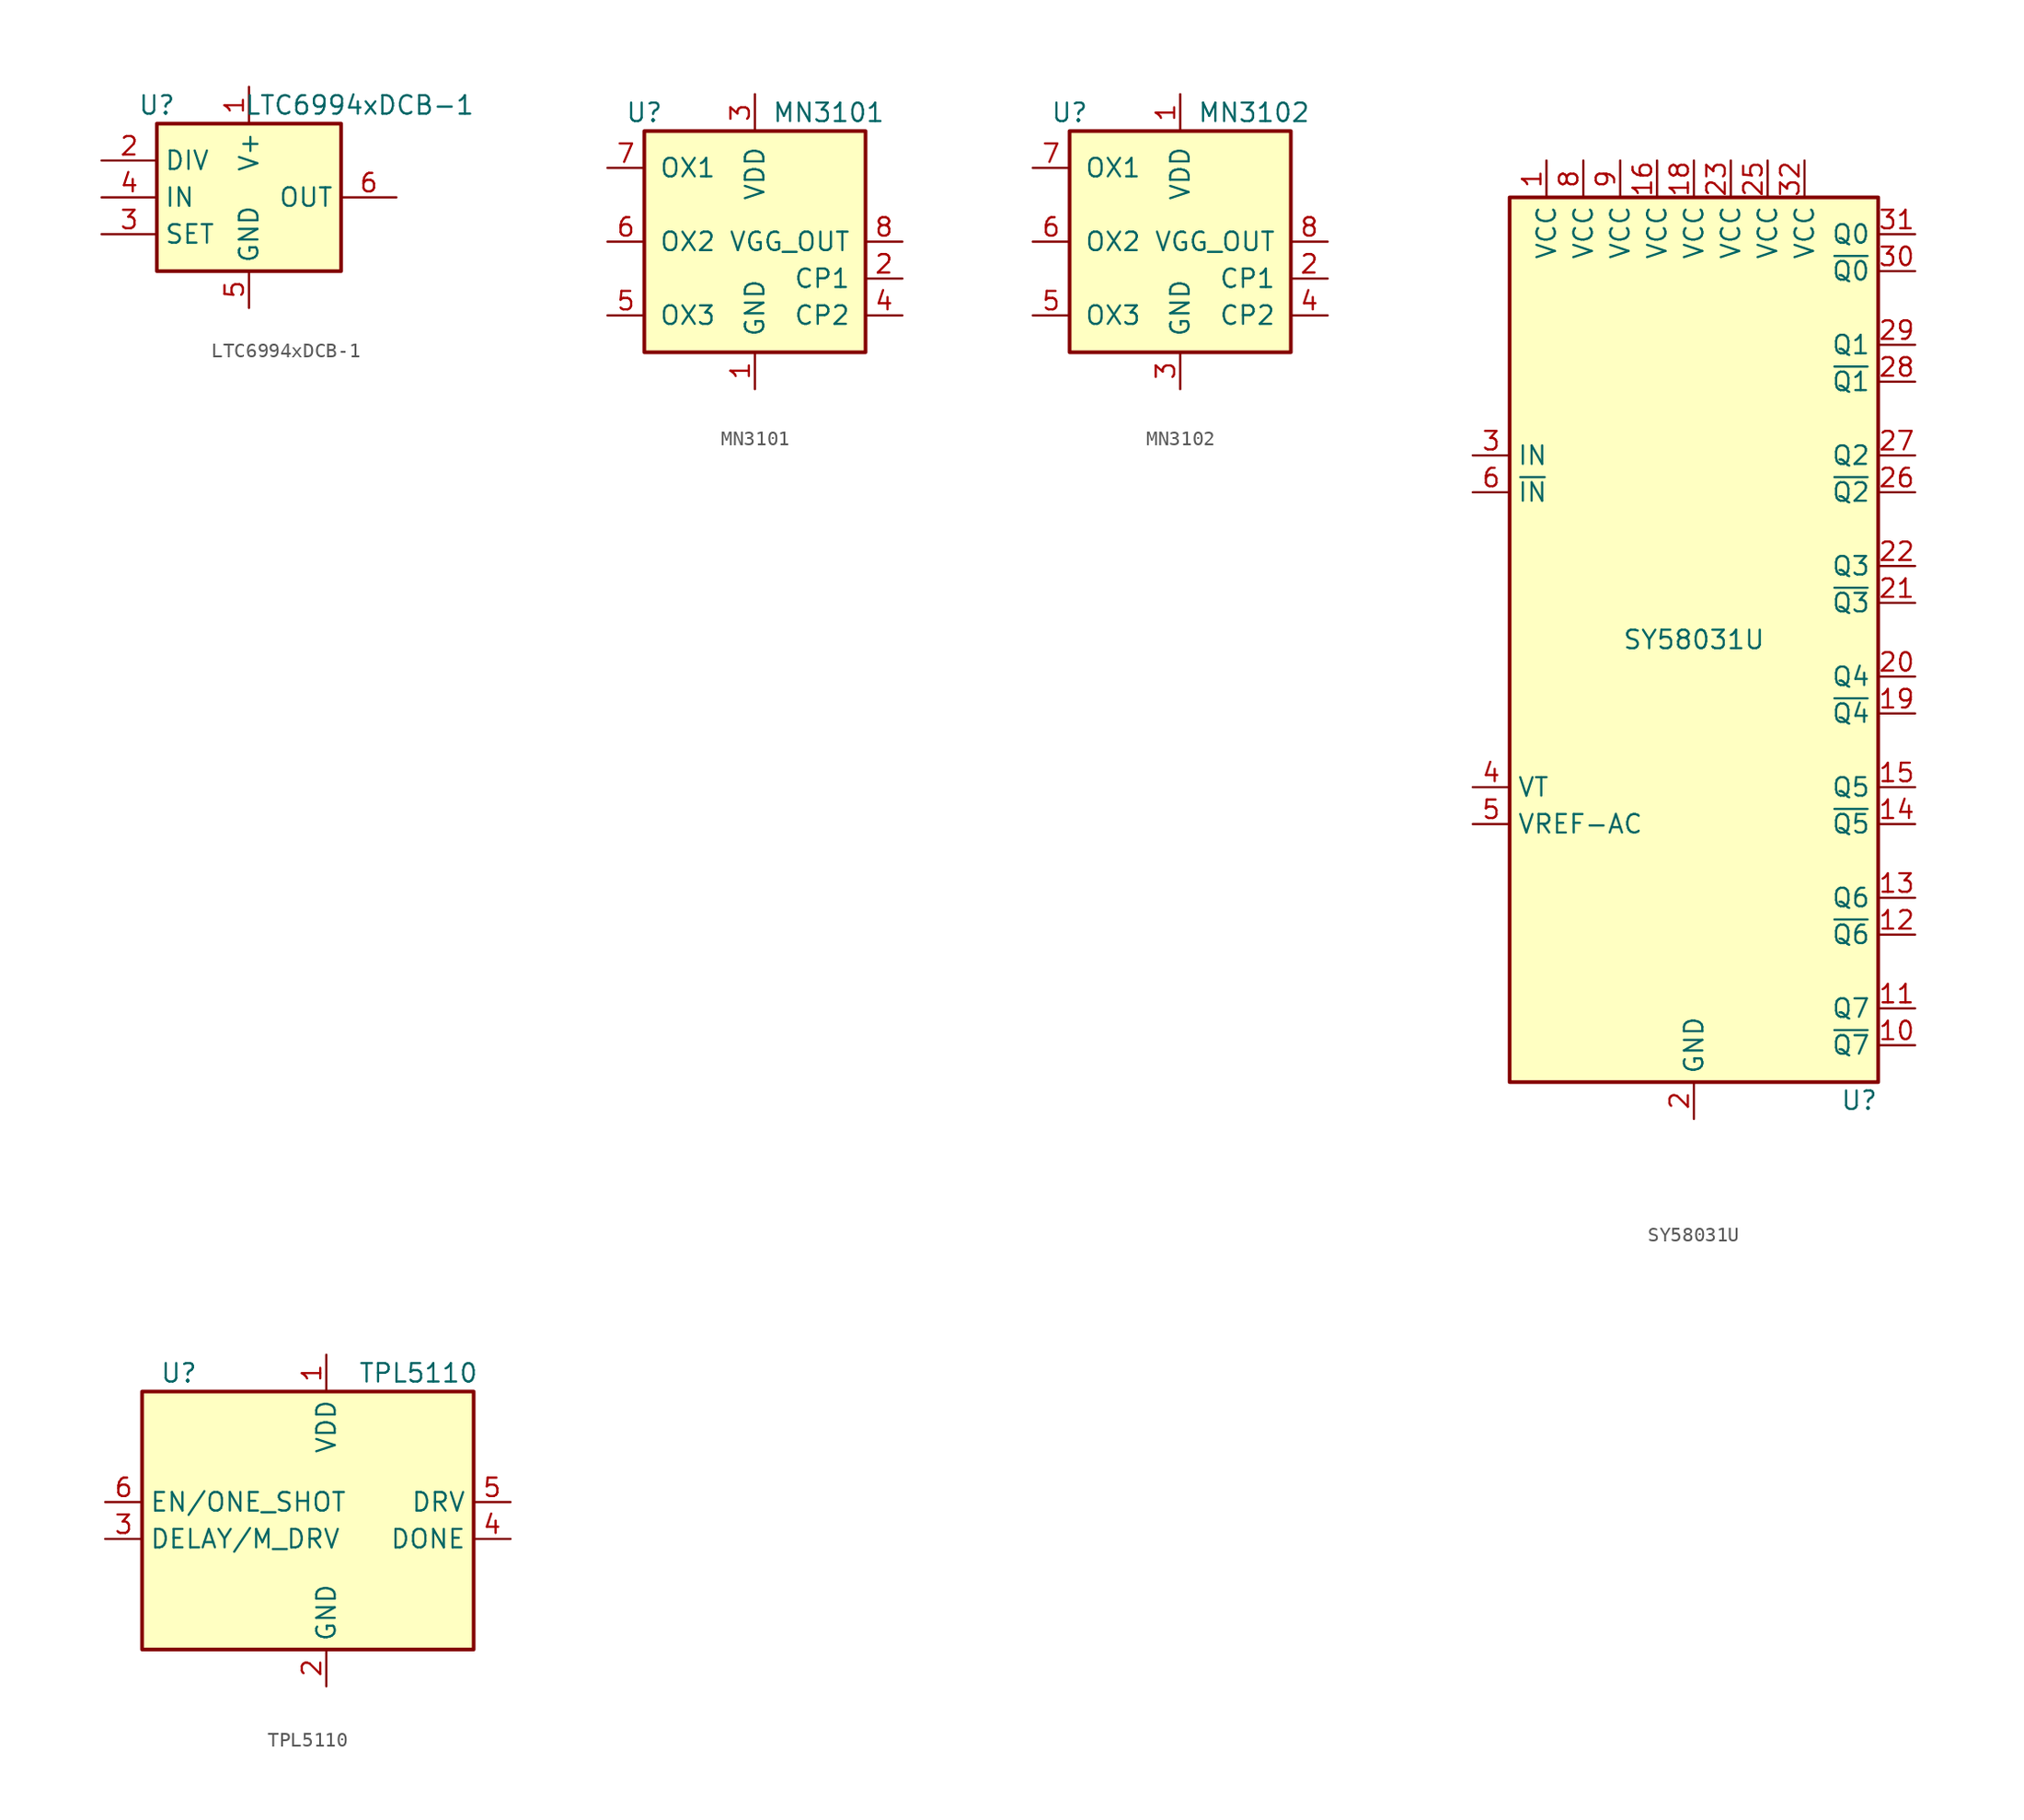
<source format=kicad_sym>
(kicad_symbol_lib
  (version 20241209)
  (generator "kicad_symbol_editor")
  (generator_version "9.0")
  (symbol "LTC6994xDCB-1"
    (property "Reference" "U"
      (at -6.35 6.35 0)
      (effects (font (size 1.27 1.27))))
    (property "Value" "LTC6994xDCB-1"
      (at 7.62 6.35 0)
      (effects (font (size 1.27 1.27))))
    (symbol "LTC6994xDCB-1_0_1"
      (rectangle (start -6.35 5.08) (end 6.35 -5.08) (stroke (width 0.254) (type default)) (fill (type background))))
    (symbol "LTC6994xDCB-1_1_1"
      (pin input line (at -10.16 2.54 0) (length 3.81) (name "DIV" (effects (font (size 1.27 1.27)))) (number "2" (effects (font (size 1.27 1.27)))))
      (pin input line (at -10.16 0 0) (length 3.81) (name "IN" (effects (font (size 1.27 1.27)))) (number "4" (effects (font (size 1.27 1.27)))))
      (pin passive line (at -10.16 -2.54 0) (length 3.81) (name "SET" (effects (font (size 1.27 1.27)))) (number "3" (effects (font (size 1.27 1.27)))))
      (pin power_in line (at 0 7.62 270) (length 2.54) (name "V+" (effects (font (size 1.27 1.27)))) (number "1" (effects (font (size 1.27 1.27)))))
      (pin power_in line (at 0 -7.62 90) (length 2.54) (name "GND" (effects (font (size 1.27 1.27)))) (number "5" (effects (font (size 1.27 1.27)))))
      (pin output line (at 10.16 0 180) (length 3.81) (name "OUT" (effects (font (size 1.27 1.27)))) (number "6" (effects (font (size 1.27 1.27)))))))
  (symbol "MN3101"
    (pin_names
      (offset 1.016))
    (property "Reference" "U"
      (at -7.62 8.89 0)
      (effects (font (size 1.27 1.27))))
    (property "Value" "MN3101"
      (at 5.08 8.89 0)
      (effects (font (size 1.27 1.27))))
    (symbol "MN3101_0_1"
      (rectangle (start -7.62 7.62) (end 7.62 -7.62) (stroke (width 0.254) (type default)) (fill (type background))))
    (symbol "MN3101_1_1"
      (pin input line (at -10.16 5.08 0) (length 2.54) (name "OX1" (effects (font (size 1.27 1.27)))) (number "7" (effects (font (size 1.27 1.27)))))
      (pin input line (at -10.16 0 0) (length 2.54) (name "OX2" (effects (font (size 1.27 1.27)))) (number "6" (effects (font (size 1.27 1.27)))))
      (pin input line (at -10.16 -5.08 0) (length 2.54) (name "OX3" (effects (font (size 1.27 1.27)))) (number "5" (effects (font (size 1.27 1.27)))))
      (pin power_in line (at 0 10.16 270) (length 2.54) (name "VDD" (effects (font (size 1.27 1.27)))) (number "3" (effects (font (size 1.27 1.27)))))
      (pin power_in line (at 0 -10.16 90) (length 2.54) (name "GND" (effects (font (size 1.27 1.27)))) (number "1" (effects (font (size 1.27 1.27)))))
      (pin power_out line (at 10.16 0 180) (length 2.54) (name "VGG_OUT" (effects (font (size 1.27 1.27)))) (number "8" (effects (font (size 1.27 1.27)))))
      (pin output line (at 10.16 -2.54 180) (length 2.54) (name "CP1" (effects (font (size 1.27 1.27)))) (number "2" (effects (font (size 1.27 1.27)))))
      (pin output line (at 10.16 -5.08 180) (length 2.54) (name "CP2" (effects (font (size 1.27 1.27)))) (number "4" (effects (font (size 1.27 1.27)))))))
  (symbol "MN3102"
    (pin_names
      (offset 1.016))
    (property "Reference" "U"
      (at -7.62 8.89 0)
      (effects (font (size 1.27 1.27))))
    (property "Value" "MN3102"
      (at 5.08 8.89 0)
      (effects (font (size 1.27 1.27))))
    (symbol "MN3102_0_1"
      (rectangle (start -7.62 7.62) (end 7.62 -7.62) (stroke (width 0.254) (type default)) (fill (type background))))
    (symbol "MN3102_1_1"
      (pin input line (at -10.16 5.08 0) (length 2.54) (name "OX1" (effects (font (size 1.27 1.27)))) (number "7" (effects (font (size 1.27 1.27)))))
      (pin input line (at -10.16 0 0) (length 2.54) (name "OX2" (effects (font (size 1.27 1.27)))) (number "6" (effects (font (size 1.27 1.27)))))
      (pin input line (at -10.16 -5.08 0) (length 2.54) (name "OX3" (effects (font (size 1.27 1.27)))) (number "5" (effects (font (size 1.27 1.27)))))
      (pin power_in line (at 0 10.16 270) (length 2.54) (name "VDD" (effects (font (size 1.27 1.27)))) (number "1" (effects (font (size 1.27 1.27)))))
      (pin power_in line (at 0 -10.16 90) (length 2.54) (name "GND" (effects (font (size 1.27 1.27)))) (number "3" (effects (font (size 1.27 1.27)))))
      (pin power_out line (at 10.16 0 180) (length 2.54) (name "VGG_OUT" (effects (font (size 1.27 1.27)))) (number "8" (effects (font (size 1.27 1.27)))))
      (pin output line (at 10.16 -2.54 180) (length 2.54) (name "CP1" (effects (font (size 1.27 1.27)))) (number "2" (effects (font (size 1.27 1.27)))))
      (pin output line (at 10.16 -5.08 180) (length 2.54) (name "CP2" (effects (font (size 1.27 1.27)))) (number "4" (effects (font (size 1.27 1.27)))))))
  (symbol "SY58031U"
    (property "Reference" "U"
      (at 12.7 -31.75 0)
      (effects (font (size 1.27 1.27)) (justify right)))
    (property "Value" "SY58031U"
      (at 0 0 0)
      (effects (font (size 1.27 1.27))))
    (symbol "SY58031U_0_1"
      (rectangle (start 12.7 30.48) (end -12.7 -30.48) (stroke (width 0.254) (type default)) (fill (type background))))
    (symbol "SY58031U_1_1"
      (pin input line (at -15.24 12.7 0) (length 2.54) (name "IN" (effects (font (size 1.27 1.27)))) (number "3" (effects (font (size 1.27 1.27)))))
      (pin input line (at -15.24 10.16 0) (length 2.54) (name "~{IN}" (effects (font (size 1.27 1.27)))) (number "6" (effects (font (size 1.27 1.27)))))
      (pin passive line (at -15.24 -10.16 0) (length 2.54) (name "VT" (effects (font (size 1.27 1.27)))) (number "4" (effects (font (size 1.27 1.27)))))
      (pin passive line (at -15.24 -12.7 0) (length 2.54) (name "VREF-AC" (effects (font (size 1.27 1.27)))) (number "5" (effects (font (size 1.27 1.27)))))
      (pin power_in line (at -10.16 33.02 270) (length 2.54) (name "VCC" (effects (font (size 1.27 1.27)))) (number "1" (effects (font (size 1.27 1.27)))))
      (pin power_in line (at -7.62 33.02 270) (length 2.54) (name "VCC" (effects (font (size 1.27 1.27)))) (number "8" (effects (font (size 1.27 1.27)))))
      (pin power_in line (at -5.08 33.02 270) (length 2.54) (name "VCC" (effects (font (size 1.27 1.27)))) (number "9" (effects (font (size 1.27 1.27)))))
      (pin power_in line (at -2.54 33.02 270) (length 2.54) (name "VCC" (effects (font (size 1.27 1.27)))) (number "16" (effects (font (size 1.27 1.27)))))
      (pin power_in line (at 0 33.02 270) (length 2.54) (name "VCC" (effects (font (size 1.27 1.27)))) (number "18" (effects (font (size 1.27 1.27)))))
      (pin passive line (at 0 -33.02 90) (length 2.54) (hide yes) (name "GND" (effects (font (size 1.27 1.27)))) (number "17" (effects (font (size 1.27 1.27)))))
      (pin power_in line (at 0 -33.02 90) (length 2.54) (name "GND" (effects (font (size 1.27 1.27)))) (number "2" (effects (font (size 1.27 1.27)))))
      (pin passive line (at 0 -33.02 90) (length 2.54) (hide yes) (name "GND" (effects (font (size 1.27 1.27)))) (number "24" (effects (font (size 1.27 1.27)))))
      (pin passive line (at 0 -33.02 90) (length 2.54) (hide yes) (name "GND" (effects (font (size 1.27 1.27)))) (number "33" (effects (font (size 1.27 1.27)))))
      (pin passive line (at 0 -33.02 90) (length 2.54) (hide yes) (name "GND" (effects (font (size 1.27 1.27)))) (number "7" (effects (font (size 1.27 1.27)))))
      (pin power_in line (at 2.54 33.02 270) (length 2.54) (name "VCC" (effects (font (size 1.27 1.27)))) (number "23" (effects (font (size 1.27 1.27)))))
      (pin power_in line (at 5.08 33.02 270) (length 2.54) (name "VCC" (effects (font (size 1.27 1.27)))) (number "25" (effects (font (size 1.27 1.27)))))
      (pin power_in line (at 7.62 33.02 270) (length 2.54) (name "VCC" (effects (font (size 1.27 1.27)))) (number "32" (effects (font (size 1.27 1.27)))))
      (pin output line (at 15.24 27.94 180) (length 2.54) (name "Q0" (effects (font (size 1.27 1.27)))) (number "31" (effects (font (size 1.27 1.27)))))
      (pin output line (at 15.24 25.4 180) (length 2.54) (name "~{Q0}" (effects (font (size 1.27 1.27)))) (number "30" (effects (font (size 1.27 1.27)))))
      (pin output line (at 15.24 20.32 180) (length 2.54) (name "Q1" (effects (font (size 1.27 1.27)))) (number "29" (effects (font (size 1.27 1.27)))))
      (pin output line (at 15.24 17.78 180) (length 2.54) (name "~{Q1}" (effects (font (size 1.27 1.27)))) (number "28" (effects (font (size 1.27 1.27)))))
      (pin output line (at 15.24 12.7 180) (length 2.54) (name "Q2" (effects (font (size 1.27 1.27)))) (number "27" (effects (font (size 1.27 1.27)))))
      (pin output line (at 15.24 10.16 180) (length 2.54) (name "~{Q2}" (effects (font (size 1.27 1.27)))) (number "26" (effects (font (size 1.27 1.27)))))
      (pin output line (at 15.24 5.08 180) (length 2.54) (name "Q3" (effects (font (size 1.27 1.27)))) (number "22" (effects (font (size 1.27 1.27)))))
      (pin output line (at 15.24 2.54 180) (length 2.54) (name "~{Q3}" (effects (font (size 1.27 1.27)))) (number "21" (effects (font (size 1.27 1.27)))))
      (pin output line (at 15.24 -2.54 180) (length 2.54) (name "Q4" (effects (font (size 1.27 1.27)))) (number "20" (effects (font (size 1.27 1.27)))))
      (pin output line (at 15.24 -5.08 180) (length 2.54) (name "~{Q4}" (effects (font (size 1.27 1.27)))) (number "19" (effects (font (size 1.27 1.27)))))
      (pin output line (at 15.24 -10.16 180) (length 2.54) (name "Q5" (effects (font (size 1.27 1.27)))) (number "15" (effects (font (size 1.27 1.27)))))
      (pin output line (at 15.24 -12.7 180) (length 2.54) (name "~{Q5}" (effects (font (size 1.27 1.27)))) (number "14" (effects (font (size 1.27 1.27)))))
      (pin output line (at 15.24 -17.78 180) (length 2.54) (name "Q6" (effects (font (size 1.27 1.27)))) (number "13" (effects (font (size 1.27 1.27)))))
      (pin output line (at 15.24 -20.32 180) (length 2.54) (name "~{Q6}" (effects (font (size 1.27 1.27)))) (number "12" (effects (font (size 1.27 1.27)))))
      (pin output line (at 15.24 -25.4 180) (length 2.54) (name "Q7" (effects (font (size 1.27 1.27)))) (number "11" (effects (font (size 1.27 1.27)))))
      (pin output line (at 15.24 -27.94 180) (length 2.54) (name "~{Q7}" (effects (font (size 1.27 1.27)))) (number "10" (effects (font (size 1.27 1.27)))))))
  (symbol "TPL5110"
    (property "Reference" "U"
      (at -10.16 8.89 0)
      (effects (font (size 1.27 1.27))))
    (property "Value" "TPL5110"
      (at 6.35 8.89 0)
      (effects (font (size 1.27 1.27))))
    (symbol "TPL5110_0_1"
      (rectangle (start -12.7 7.62) (end 10.16 -10.16) (stroke (width 0.254) (type default)) (fill (type background))))
    (symbol "TPL5110_1_1"
      (pin input line (at -15.24 0 0) (length 2.54) (name "EN/ONE_SHOT" (effects (font (size 1.27 1.27)))) (number "6" (effects (font (size 1.27 1.27)))))
      (pin input line (at -15.24 -2.54 0) (length 2.54) (name "DELAY/M_DRV" (effects (font (size 1.27 1.27)))) (number "3" (effects (font (size 1.27 1.27)))))
      (pin power_in line (at 0 10.16 270) (length 2.54) (name "VDD" (effects (font (size 1.27 1.27)))) (number "1" (effects (font (size 1.27 1.27)))))
      (pin power_in line (at 0 -12.7 90) (length 2.54) (name "GND" (effects (font (size 1.27 1.27)))) (number "2" (effects (font (size 1.27 1.27)))))
      (pin output line (at 12.7 0 180) (length 2.54) (name "DRV" (effects (font (size 1.27 1.27)))) (number "5" (effects (font (size 1.27 1.27)))))
      (pin input line (at 12.7 -2.54 180) (length 2.54) (name "DONE" (effects (font (size 1.27 1.27)))) (number "4" (effects (font (size 1.27 1.27))))))))
</source>
